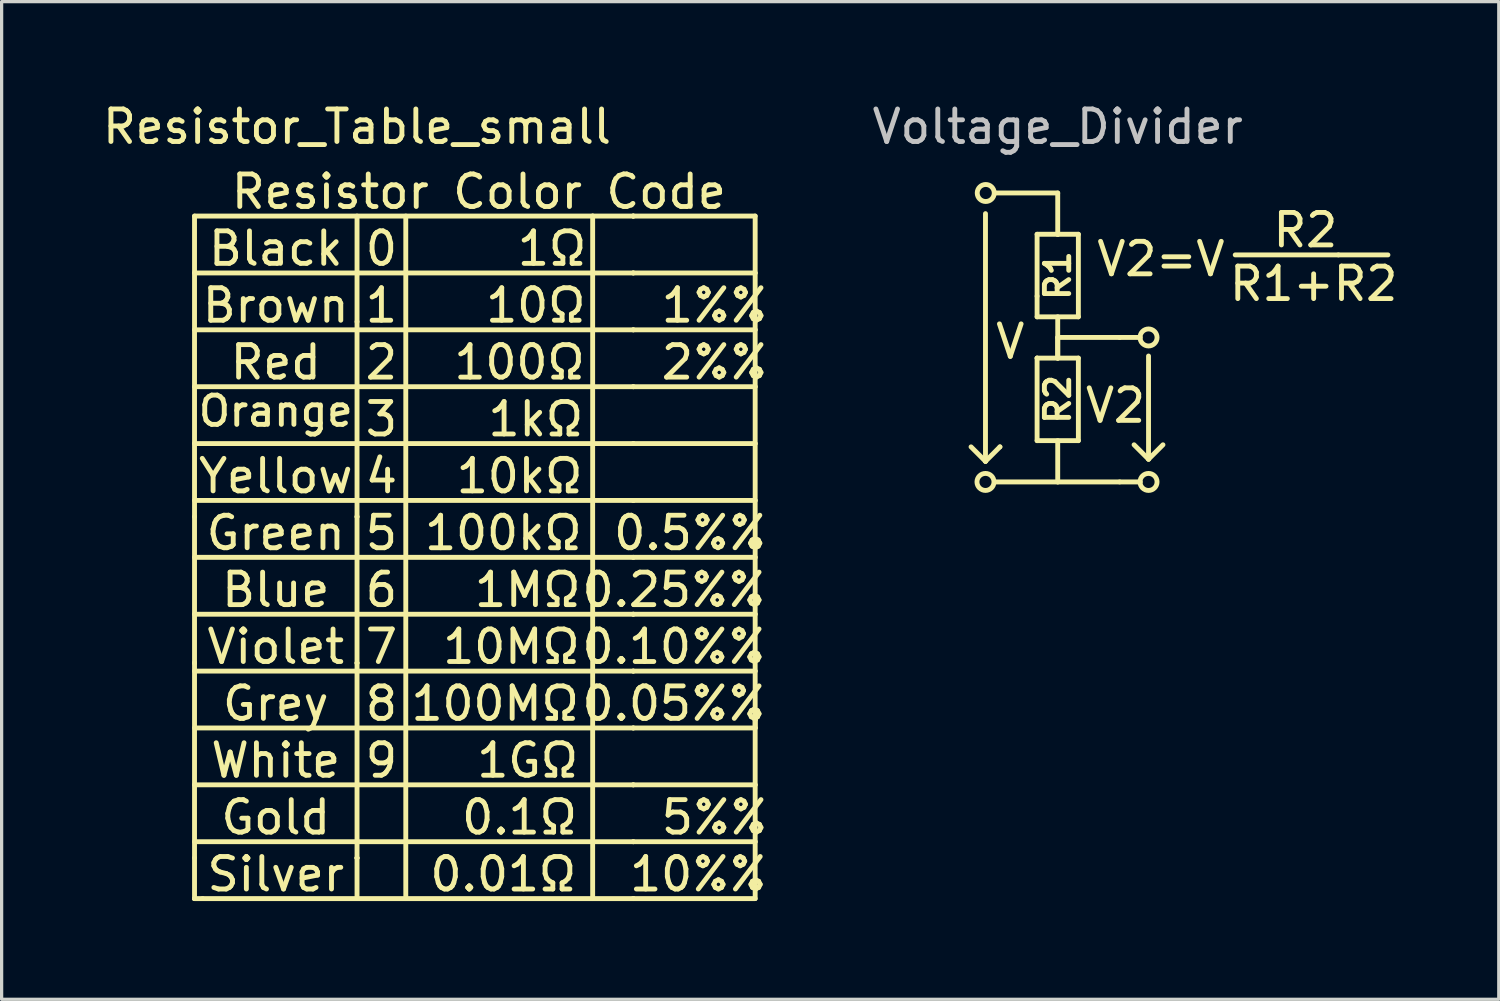
<source format=kicad_pcb>
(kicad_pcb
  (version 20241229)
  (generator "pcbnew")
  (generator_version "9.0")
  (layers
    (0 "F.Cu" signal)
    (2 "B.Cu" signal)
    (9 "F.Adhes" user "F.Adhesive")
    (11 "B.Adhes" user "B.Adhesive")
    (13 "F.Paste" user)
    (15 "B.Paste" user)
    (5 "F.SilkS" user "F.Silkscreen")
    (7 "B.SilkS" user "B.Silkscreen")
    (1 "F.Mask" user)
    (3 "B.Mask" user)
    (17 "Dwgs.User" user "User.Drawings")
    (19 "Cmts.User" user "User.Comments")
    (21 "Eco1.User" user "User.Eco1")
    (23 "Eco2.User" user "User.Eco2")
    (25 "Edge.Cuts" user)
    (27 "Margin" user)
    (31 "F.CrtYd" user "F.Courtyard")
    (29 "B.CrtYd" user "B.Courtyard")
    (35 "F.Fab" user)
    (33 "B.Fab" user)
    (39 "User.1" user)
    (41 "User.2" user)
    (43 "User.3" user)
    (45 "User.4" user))
  (footprint "Resistor_Table_small"
    (layer "F.Cu")
    (at 2.935 3.598)
    (property "Reference" "Resistor_Table_small" (at 5 -2.75 0) (layer "F.SilkS") (effects (font (size 1 1) (thickness 0.15))))
    (attr through_hole)
    (fp_line (start 0 0) (end 0 9.25) (stroke (width 0.15) (type solid)) (layer "F.SilkS"))
    (fp_line (start 0 0) (end 13.5 0) (stroke (width 0.15) (type solid)) (layer "F.SilkS"))
    (fp_line (start 0 1.75) (end 5 1.75) (stroke (width 0.15) (type solid)) (layer "F.SilkS"))
    (fp_line (start 0 3.5) (end 5 3.5) (stroke (width 0.15) (type solid)) (layer "F.SilkS"))
    (fp_line (start 0 5.25) (end 5 5.25) (stroke (width 0.15) (type solid)) (layer "F.SilkS"))
    (fp_line (start 0 7) (end 5 7) (stroke (width 0.15) (type solid)) (layer "F.SilkS"))
    (fp_line (start 0 8.75) (end 5 8.75) (stroke (width 0.15) (type solid)) (layer "F.SilkS"))
    (fp_line (start 0 9.25) (end 0 13.75) (stroke (width 0.15) (type solid)) (layer "F.SilkS"))
    (fp_line (start 0 10.5) (end 5 10.5) (stroke (width 0.15) (type solid)) (layer "F.SilkS"))
    (fp_line (start 0 12.25) (end 5 12.25) (stroke (width 0.15) (type solid)) (layer "F.SilkS"))
    (fp_line (start 0 13.75) (end 0 13.75) (stroke (width 0.15) (type solid)) (layer "F.SilkS"))
    (fp_line (start 0 14) (end 5 14) (stroke (width 0.15) (type solid)) (layer "F.SilkS"))
    (fp_line (start 0 15.75) (end 5 15.75) (stroke (width 0.15) (type solid)) (layer "F.SilkS"))
    (fp_line (start 0 17.5) (end 5 17.5) (stroke (width 0.15) (type solid)) (layer "F.SilkS"))
    (fp_line (start 0 19.25) (end 5 19.25) (stroke (width 0.15) (type solid)) (layer "F.SilkS"))
    (fp_line (start 0 19.75) (end 0 13.75) (stroke (width 0.15) (type solid)) (layer "F.SilkS"))
    (fp_line (start 0 19.75) (end 0 21) (stroke (width 0.15) (type solid)) (layer "F.SilkS"))
    (fp_line (start 0 21) (end 0 21) (stroke (width 0.15) (type solid)) (layer "F.SilkS"))
    (fp_line (start 0 21) (end 0 21) (stroke (width 0.15) (type solid)) (layer "F.SilkS"))
    (fp_line (start 0.25 21) (end 0 21) (stroke (width 0.15) (type solid)) (layer "F.SilkS"))
    (fp_line (start 0.25 21) (end 5 21) (stroke (width 0.15) (type solid)) (layer "F.SilkS"))
    (fp_line (start 5 0) (end 5 9.25) (stroke (width 0.15) (type solid)) (layer "F.SilkS"))
    (fp_line (start 5 1.75) (end 5 1.75) (stroke (width 0.15) (type solid)) (layer "F.SilkS"))
    (fp_line (start 5 1.75) (end 13.5 1.75) (stroke (width 0.15) (type solid)) (layer "F.SilkS"))
    (fp_line (start 5 3.25) (end 5 3.25) (stroke (width 0.15) (type solid)) (layer "F.SilkS"))
    (fp_line (start 5 3.5) (end 5 3.5) (stroke (width 0.15) (type solid)) (layer "F.SilkS"))
    (fp_line (start 5 3.5) (end 13.5 3.5) (stroke (width 0.15) (type solid)) (layer "F.SilkS"))
    (fp_line (start 5 5.25) (end 13.5 5.25) (stroke (width 0.15) (type solid)) (layer "F.SilkS"))
    (fp_line (start 5 7) (end 5 7) (stroke (width 0.15) (type solid)) (layer "F.SilkS"))
    (fp_line (start 5 7) (end 13.5 7) (stroke (width 0.15) (type solid)) (layer "F.SilkS"))
    (fp_line (start 5 8.75) (end 5 8.75) (stroke (width 0.15) (type solid)) (layer "F.SilkS"))
    (fp_line (start 5 8.75) (end 13.5 8.75) (stroke (width 0.15) (type solid)) (layer "F.SilkS"))
    (fp_line (start 5 9.25) (end 5 9.25) (stroke (width 0.15) (type solid)) (layer "F.SilkS"))
    (fp_line (start 5 9.25) (end 5 13.75) (stroke (width 0.15) (type solid)) (layer "F.SilkS"))
    (fp_line (start 5 10.5) (end 5 10.5) (stroke (width 0.15) (type solid)) (layer "F.SilkS"))
    (fp_line (start 5 10.5) (end 13.5 10.5) (stroke (width 0.15) (type solid)) (layer "F.SilkS"))
    (fp_line (start 5 12.25) (end 5 12.25) (stroke (width 0.15) (type solid)) (layer "F.SilkS"))
    (fp_line (start 5 12.25) (end 13.5 12.25) (stroke (width 0.15) (type solid)) (layer "F.SilkS"))
    (fp_line (start 5 13.75) (end 5 13.75) (stroke (width 0.15) (type solid)) (layer "F.SilkS"))
    (fp_line (start 5 13.75) (end 5 19.75) (stroke (width 0.15) (type solid)) (layer "F.SilkS"))
    (fp_line (start 5 14) (end 5 14) (stroke (width 0.15) (type solid)) (layer "F.SilkS"))
    (fp_line (start 5 14) (end 13.5 14) (stroke (width 0.15) (type solid)) (layer "F.SilkS"))
    (fp_line (start 5 15.75) (end 5 15.75) (stroke (width 0.15) (type solid)) (layer "F.SilkS"))
    (fp_line (start 5 15.75) (end 13.5 15.75) (stroke (width 0.15) (type solid)) (layer "F.SilkS"))
    (fp_line (start 5 17.5) (end 5 17.5) (stroke (width 0.15) (type solid)) (layer "F.SilkS"))
    (fp_line (start 5 17.5) (end 13.5 17.5) (stroke (width 0.15) (type solid)) (layer "F.SilkS"))
    (fp_line (start 5 19.25) (end 5 19.25) (stroke (width 0.15) (type solid)) (layer "F.SilkS"))
    (fp_line (start 5 19.25) (end 13.5 19.25) (stroke (width 0.15) (type solid)) (layer "F.SilkS"))
    (fp_line (start 5 19.75) (end 5 19.75) (stroke (width 0.15) (type solid)) (layer "F.SilkS"))
    (fp_line (start 5 19.75) (end 5 19.75) (stroke (width 0.15) (type solid)) (layer "F.SilkS"))
    (fp_line (start 5 21) (end 5 19.75) (stroke (width 0.15) (type solid)) (layer "F.SilkS"))
    (fp_line (start 5 21) (end 13.5 21) (stroke (width 0.15) (type solid)) (layer "F.SilkS"))
    (fp_line (start 6.5 0) (end 6.5 21) (stroke (width 0.15) (type solid)) (layer "F.SilkS"))
    (fp_line (start 6.5 21) (end 6.5 21) (stroke (width 0.15) (type solid)) (layer "F.SilkS"))
    (fp_line (start 12.25 0) (end 12.25 0) (stroke (width 0.15) (type solid)) (layer "F.SilkS"))
    (fp_line (start 12.25 15.75) (end 12.25 0) (stroke (width 0.15) (type solid)) (layer "F.SilkS"))
    (fp_line (start 12.25 15.75) (end 12.25 21) (stroke (width 0.15) (type solid)) (layer "F.SilkS"))
    (fp_line (start 12.25 21) (end 12.25 21) (stroke (width 0.15) (type solid)) (layer "F.SilkS"))
    (fp_line (start 13.5 0) (end 13.5 0) (stroke (width 0.15) (type solid)) (layer "F.SilkS"))
    (fp_line (start 13.5 0) (end 13.5 0) (stroke (width 0.15) (type solid)) (layer "F.SilkS"))
    (fp_line (start 13.5 1.75) (end 13.5 1.75) (stroke (width 0.15) (type solid)) (layer "F.SilkS"))
    (fp_line (start 13.5 1.75) (end 17.25 1.75) (stroke (width 0.15) (type solid)) (layer "F.SilkS"))
    (fp_line (start 13.5 3.5) (end 13.5 3.5) (stroke (width 0.15) (type solid)) (layer "F.SilkS"))
    (fp_line (start 13.5 3.5) (end 17.25 3.5) (stroke (width 0.15) (type solid)) (layer "F.SilkS"))
    (fp_line (start 13.5 5.25) (end 13.5 5.25) (stroke (width 0.15) (type solid)) (layer "F.SilkS"))
    (fp_line (start 13.5 5.25) (end 17.25 5.25) (stroke (width 0.15) (type solid)) (layer "F.SilkS"))
    (fp_line (start 13.5 7) (end 13.5 7) (stroke (width 0.15) (type solid)) (layer "F.SilkS"))
    (fp_line (start 13.5 7) (end 17.25 7) (stroke (width 0.15) (type solid)) (layer "F.SilkS"))
    (fp_line (start 13.5 8.75) (end 13.5 8.75) (stroke (width 0.15) (type solid)) (layer "F.SilkS"))
    (fp_line (start 13.5 8.75) (end 17.25 8.75) (stroke (width 0.15) (type solid)) (layer "F.SilkS"))
    (fp_line (start 13.5 10.5) (end 13.5 10.5) (stroke (width 0.15) (type solid)) (layer "F.SilkS"))
    (fp_line (start 13.5 10.5) (end 17.25 10.5) (stroke (width 0.15) (type solid)) (layer "F.SilkS"))
    (fp_line (start 13.5 12.25) (end 13.5 12.25) (stroke (width 0.15) (type solid)) (layer "F.SilkS"))
    (fp_line (start 13.5 12.25) (end 17.25 12.25) (stroke (width 0.15) (type solid)) (layer "F.SilkS"))
    (fp_line (start 13.5 14) (end 13.5 14) (stroke (width 0.15) (type solid)) (layer "F.SilkS"))
    (fp_line (start 13.5 14) (end 17.25 14) (stroke (width 0.15) (type solid)) (layer "F.SilkS"))
    (fp_line (start 13.5 15.75) (end 13.5 15.75) (stroke (width 0.15) (type solid)) (layer "F.SilkS"))
    (fp_line (start 13.5 15.75) (end 17.25 15.75) (stroke (width 0.15) (type solid)) (layer "F.SilkS"))
    (fp_line (start 13.5 17.5) (end 13.5 17.5) (stroke (width 0.15) (type solid)) (layer "F.SilkS"))
    (fp_line (start 13.5 17.5) (end 17.25 17.5) (stroke (width 0.15) (type solid)) (layer "F.SilkS"))
    (fp_line (start 13.5 19.25) (end 13.5 19.25) (stroke (width 0.15) (type solid)) (layer "F.SilkS"))
    (fp_line (start 13.5 19.25) (end 17.25 19.25) (stroke (width 0.15) (type solid)) (layer "F.SilkS"))
    (fp_line (start 13.5 21) (end 13.5 21) (stroke (width 0.15) (type solid)) (layer "F.SilkS"))
    (fp_line (start 13.5 21) (end 13.5 21) (stroke (width 0.15) (type solid)) (layer "F.SilkS"))
    (fp_line (start 17.25 0) (end 13.5 0) (stroke (width 0.15) (type solid)) (layer "F.SilkS"))
    (fp_line (start 17.25 1.75) (end 17.25 1.75) (stroke (width 0.15) (type solid)) (layer "F.SilkS"))
    (fp_line (start 17.25 3.5) (end 17.25 3.5) (stroke (width 0.15) (type solid)) (layer "F.SilkS"))
    (fp_line (start 17.25 5.25) (end 17.25 5.25) (stroke (width 0.15) (type solid)) (layer "F.SilkS"))
    (fp_line (start 17.25 7) (end 17.25 7) (stroke (width 0.15) (type solid)) (layer "F.SilkS"))
    (fp_line (start 17.25 8.75) (end 17.25 8.75) (stroke (width 0.15) (type solid)) (layer "F.SilkS"))
    (fp_line (start 17.25 10.5) (end 17.25 10.5) (stroke (width 0.15) (type solid)) (layer "F.SilkS"))
    (fp_line (start 17.25 12.25) (end 17.25 12.25) (stroke (width 0.15) (type solid)) (layer "F.SilkS"))
    (fp_line (start 17.25 14) (end 17.25 14) (stroke (width 0.15) (type solid)) (layer "F.SilkS"))
    (fp_line (start 17.25 15.5) (end 17.25 0) (stroke (width 0.15) (type solid)) (layer "F.SilkS"))
    (fp_line (start 17.25 15.5) (end 17.25 15.5) (stroke (width 0.15) (type solid)) (layer "F.SilkS"))
    (fp_line (start 17.25 15.5) (end 17.25 21) (stroke (width 0.15) (type solid)) (layer "F.SilkS"))
    (fp_line (start 17.25 15.75) (end 17.25 15.5) (stroke (width 0.15) (type solid)) (layer "F.SilkS"))
    (fp_line (start 17.25 15.75) (end 17.25 15.75) (stroke (width 0.15) (type solid)) (layer "F.SilkS"))
    (fp_line (start 17.25 17.5) (end 17.25 17.5) (stroke (width 0.15) (type solid)) (layer "F.SilkS"))
    (fp_line (start 17.25 19.25) (end 17.25 19.25) (stroke (width 0.15) (type solid)) (layer "F.SilkS"))
    (fp_line (start 17.25 21) (end 13.5 21) (stroke (width 0.15) (type solid)) (layer "F.SilkS"))
    (fp_text user "5" (at 5.75 9.75 0) (layer "F.SilkS") (effects (font (size 1 1) (thickness 0.15))))
    (fp_text user "10Ω" (at 10.5 2.75 0) (layer "F.SilkS") (effects (font (size 1 1) (thickness 0.15))))
    (fp_text user "10kΩ" (at 10 8 0) (layer "F.SilkS") (effects (font (size 1 1) (thickness 0.15))))
    (fp_text user "0.05%%" (at 14.75 15 0) (layer "F.SilkS") (effects (font (size 1 1) (thickness 0.15))))
    (fp_text user "Violet" (at 2.5 13.25 0) (layer "F.SilkS") (effects (font (size 1 1) (thickness 0.15))))
    (fp_text user "2%%" (at 16 4.5 0) (layer "F.SilkS") (effects (font (size 1 1) (thickness 0.15))))
    (fp_text user "10%%" (at 15.5 20.25 0) (layer "F.SilkS") (effects (font (size 1 1) (thickness 0.15))))
    (fp_text user "5%%" (at 16 18.5 0) (layer "F.SilkS") (effects (font (size 1 1) (thickness 0.15))))
    (fp_text user "Yellow" (at 2.5 8 0) (layer "F.SilkS") (effects (font (size 1 1) (thickness 0.15))))
    (fp_text user "0.1Ω" (at 10 18.5 0) (layer "F.SilkS") (effects (font (size 1 1) (thickness 0.15))))
    (fp_text user "3" (at 5.75 6.25 0) (layer "F.SilkS") (effects (font (size 1 1) (thickness 0.15))))
    (fp_text user "8" (at 5.75 15 0) (layer "F.SilkS") (effects (font (size 1 1) (thickness 0.15))))
    (fp_text user "White" (at 2.5 16.75 0) (layer "F.SilkS") (effects (font (size 1 1) (thickness 0.15))))
    (fp_text user "0" (at 5.75 1 0) (layer "F.SilkS") (effects (font (size 1 1) (thickness 0.15))))
    (fp_text user "0.5%%" (at 15.25 9.75 0) (layer "F.SilkS") (effects (font (size 1 1) (thickness 0.15))))
    (fp_text user "Gold" (at 2.5 18.5 0) (layer "F.SilkS") (effects (font (size 1 1) (thickness 0.15))))
    (fp_text user "6" (at 5.75 11.5 0) (layer "F.SilkS") (effects (font (size 1 1) (thickness 0.15))))
    (fp_text user "1GΩ" (at 10.25 16.75 0) (layer "F.SilkS") (effects (font (size 1 1) (thickness 0.15))))
    (fp_text user "Orange" (at 2.5 6 0) (layer "F.SilkS") (effects (font (size 0.9 0.9) (thickness 0.15))))
    (fp_text user "1" (at 5.75 2.75 0) (layer "F.SilkS") (effects (font (size 1 1) (thickness 0.15))))
    (fp_text user "4" (at 5.75 8 0) (layer "F.SilkS") (effects (font (size 1 1) (thickness 0.15))))
    (fp_text user "0.10%%" (at 14.75 13.25 0) (layer "F.SilkS") (effects (font (size 1 1) (thickness 0.15))))
    (fp_text user "100MΩ" (at 9.25 15 0) (layer "F.SilkS") (effects (font (size 1 1) (thickness 0.15))))
    (fp_text user "Silver" (at 2.5 20.25 0) (layer "F.SilkS") (effects (font (size 1 1) (thickness 0.15))))
    (fp_text user "9" (at 5.75 16.75 0) (layer "F.SilkS") (effects (font (size 1 1) (thickness 0.15))))
    (fp_text user "Red" (at 2.5 4.5 0) (layer "F.SilkS") (effects (font (size 1 1) (thickness 0.15))))
    (fp_text user "Black" (at 2.5 1 0) (layer "F.SilkS") (effects (font (size 1 1) (thickness 0.15))))
    (fp_text user "1kΩ" (at 10.5 6.25 0) (layer "F.SilkS") (effects (font (size 1 1) (thickness 0.15))))
    (fp_text user "7" (at 5.75 13.25 0) (layer "F.SilkS") (effects (font (size 1 1) (thickness 0.15))))
    (fp_text user "100kΩ" (at 9.5 9.75 0) (layer "F.SilkS") (effects (font (size 1 1) (thickness 0.15))))
    (fp_text user "Resistor Color Code" (at 8.75 -0.75 0) (layer "F.SilkS") (effects (font (size 1 1) (thickness 0.15))))
    (fp_text user "Green" (at 2.5 9.75 0) (layer "F.SilkS") (effects (font (size 1 1) (thickness 0.15))))
    (fp_text user "100Ω" (at 10 4.5 0) (layer "F.SilkS") (effects (font (size 1 1) (thickness 0.15))))
    (fp_text user "1MΩ" (at 10.25 11.5 0) (layer "F.SilkS") (effects (font (size 1 1) (thickness 0.15))))
    (fp_text user "10MΩ" (at 9.75 13.25 0) (layer "F.SilkS") (effects (font (size 1 1) (thickness 0.15))))
    (fp_text user "0.25%%" (at 14.75 11.5 0) (layer "F.SilkS") (effects (font (size 1 1) (thickness 0.15))))
    (fp_text user "Blue" (at 2.5 11.5 0) (layer "F.SilkS") (effects (font (size 1 1) (thickness 0.15))))
    (fp_text user "2" (at 5.75 4.5 0) (layer "F.SilkS") (effects (font (size 1 1) (thickness 0.15))))
    (fp_text user "0.01Ω" (at 9.5 20.25 0) (layer "F.SilkS") (effects (font (size 1 1) (thickness 0.15))))
    (fp_text user "Grey" (at 2.5 15 0) (layer "F.SilkS") (effects (font (size 1 1) (thickness 0.15))))
    (fp_text user "1Ω" (at 11 1 0) (layer "F.SilkS") (effects (font (size 1 1) (thickness 0.15))))
    (fp_text user "Brown" (at 2.5 2.75 0) (layer "F.SilkS") (effects (font (size 1 1) (thickness 0.15))))
    (fp_text user "1%%" (at 16 2.75 0) (layer "F.SilkS") (effects (font (size 1 1) (thickness 0.15)))))
  (footprint "Voltage_Divider"
    (layer "F.Cu")
    (at 27.335 2.888)
    (property "Reference" "Voltage_Divider" (at 2.159 -2.04 0) (layer "Dwgs.User") (effects (font (size 1 1) (thickness 0.15))))
    (attr through_hole)
    (fp_line (start -0.064 0.635) (end -0.064 8.255) (stroke (width 0.15) (type solid)) (layer "F.SilkS"))
    (fp_line (start -0.064 8.255) (end -0.508 7.811) (stroke (width 0.15) (type solid)) (layer "F.SilkS"))
    (fp_line (start -0.064 8.255) (end -0.064 8.255) (stroke (width 0.15) (type solid)) (layer "F.SilkS"))
    (fp_line (start -0.064 8.255) (end 0.381 7.811) (stroke (width 0.15) (type solid)) (layer "F.SilkS"))
    (fp_line (start 0.254 0) (end 2.159 0) (stroke (width 0.15) (type solid)) (layer "F.SilkS"))
    (fp_line (start 0.381 7.811) (end 0.381 7.811) (stroke (width 0.15) (type solid)) (layer "F.SilkS"))
    (fp_line (start 1.524 1.27) (end 1.524 3.175) (stroke (width 0.15) (type solid)) (layer "F.SilkS"))
    (fp_line (start 1.524 3.175) (end 1.524 3.81) (stroke (width 0.15) (type solid)) (layer "F.SilkS"))
    (fp_line (start 1.524 3.81) (end 2.794 3.81) (stroke (width 0.15) (type solid)) (layer "F.SilkS"))
    (fp_line (start 1.524 5.08) (end 1.524 5.08) (stroke (width 0.15) (type solid)) (layer "F.SilkS"))
    (fp_line (start 1.524 5.08) (end 2.794 5.08) (stroke (width 0.15) (type solid)) (layer "F.SilkS"))
    (fp_line (start 1.524 7.62) (end 1.524 5.08) (stroke (width 0.15) (type solid)) (layer "F.SilkS"))
    (fp_line (start 2.159 0) (end 2.159 1.27) (stroke (width 0.15) (type solid)) (layer "F.SilkS"))
    (fp_line (start 2.159 1.27) (end 1.524 1.27) (stroke (width 0.15) (type solid)) (layer "F.SilkS"))
    (fp_line (start 2.159 1.27) (end 2.159 1.27) (stroke (width 0.15) (type solid)) (layer "F.SilkS"))
    (fp_line (start 2.159 3.81) (end 2.159 5.08) (stroke (width 0.15) (type solid)) (layer "F.SilkS"))
    (fp_line (start 2.159 4.445) (end 4.699 4.445) (stroke (width 0.15) (type solid)) (layer "F.SilkS"))
    (fp_line (start 2.159 5.08) (end 2.159 4.445) (stroke (width 0.15) (type solid)) (layer "F.SilkS"))
    (fp_line (start 2.159 5.08) (end 2.159 5.08) (stroke (width 0.15) (type solid)) (layer "F.SilkS"))
    (fp_line (start 2.159 7.62) (end 2.159 8.89) (stroke (width 0.15) (type solid)) (layer "F.SilkS"))
    (fp_line (start 2.159 8.89) (end 0.254 8.89) (stroke (width 0.15) (type solid)) (layer "F.SilkS"))
    (fp_line (start 2.159 8.89) (end 4.064 8.89) (stroke (width 0.15) (type solid)) (layer "F.SilkS"))
    (fp_line (start 2.794 1.27) (end 2.159 1.27) (stroke (width 0.15) (type solid)) (layer "F.SilkS"))
    (fp_line (start 2.794 3.81) (end 2.794 1.27) (stroke (width 0.15) (type solid)) (layer "F.SilkS"))
    (fp_line (start 2.794 5.08) (end 2.794 7.62) (stroke (width 0.15) (type solid)) (layer "F.SilkS"))
    (fp_line (start 2.794 7.62) (end 1.524 7.62) (stroke (width 0.15) (type solid)) (layer "F.SilkS"))
    (fp_line (start 4.064 4.445) (end 4.064 4.445) (stroke (width 0.15) (type solid)) (layer "F.SilkS"))
    (fp_line (start 4.699 8.89) (end 4.064 8.89) (stroke (width 0.15) (type solid)) (layer "F.SilkS"))
    (fp_line (start 4.953 5.016) (end 4.953 8.191) (stroke (width 0.15) (type solid)) (layer "F.SilkS"))
    (fp_line (start 4.953 8.191) (end 4.508 7.747) (stroke (width 0.15) (type solid)) (layer "F.SilkS"))
    (fp_line (start 4.953 8.191) (end 5.397 7.747) (stroke (width 0.15) (type solid)) (layer "F.SilkS"))
    (fp_line (start 7.62 1.905) (end 12.319 1.905) (stroke (width 0.15) (type solid)) (layer "F.SilkS"))
    (fp_line (start 10.795 1.905) (end 10.795 1.905) (stroke (width 0.15) (type solid)) (layer "F.SilkS"))
    (fp_circle (center -0.064 8.89) (end -0.127 9.144) (stroke (width 0.15) (type solid)) (fill no) (layer "F.SilkS"))
    (fp_circle (center -0.056 0) (end -0.119 0.254) (stroke (width 0.15) (type solid)) (fill no) (layer "F.SilkS"))
    (fp_circle (center 4.953 4.445) (end 4.889 4.699) (stroke (width 0.15) (type solid)) (fill no) (layer "F.SilkS"))
    (fp_circle (center 4.953 8.89) (end 4.889 9.144) (stroke (width 0.15) (type solid)) (fill no) (layer "F.SilkS"))
    (fp_text user "R2" (at 9.779 1.143 0) (layer "F.SilkS") (effects (font (size 1 1) (thickness 0.15))))
    (fp_text user "R1" (at 2.159 2.54 90) (layer "F.SilkS") (effects (font (size 0.75 0.75) (thickness 0.15))))
    (fp_text user "R2" (at 2.159 6.35 90) (layer "F.SilkS") (effects (font (size 0.75 0.75) (thickness 0.15))))
    (fp_text user "V2=V" (at 5.334 2.032 0) (layer "F.SilkS") (effects (font (size 1 1) (thickness 0.15))))
    (fp_text user "V" (at 0.699 4.572 0) (layer "F.SilkS") (effects (font (size 1 1) (thickness 0.15))))
    (fp_text user "R1+R2" (at 10.033 2.794 0) (layer "F.SilkS") (effects (font (size 1 1) (thickness 0.15))))
    (fp_text user "V2" (at 3.937 6.54 0) (layer "F.SilkS") (effects (font (size 1 1) (thickness 0.15)))))
  (gr_rect
    (start -3 -3)
    (end 43.064 27.697)
    (stroke (width 0.1) (type default))
    (fill no)
    (layer "Edge.Cuts")))
</source>
